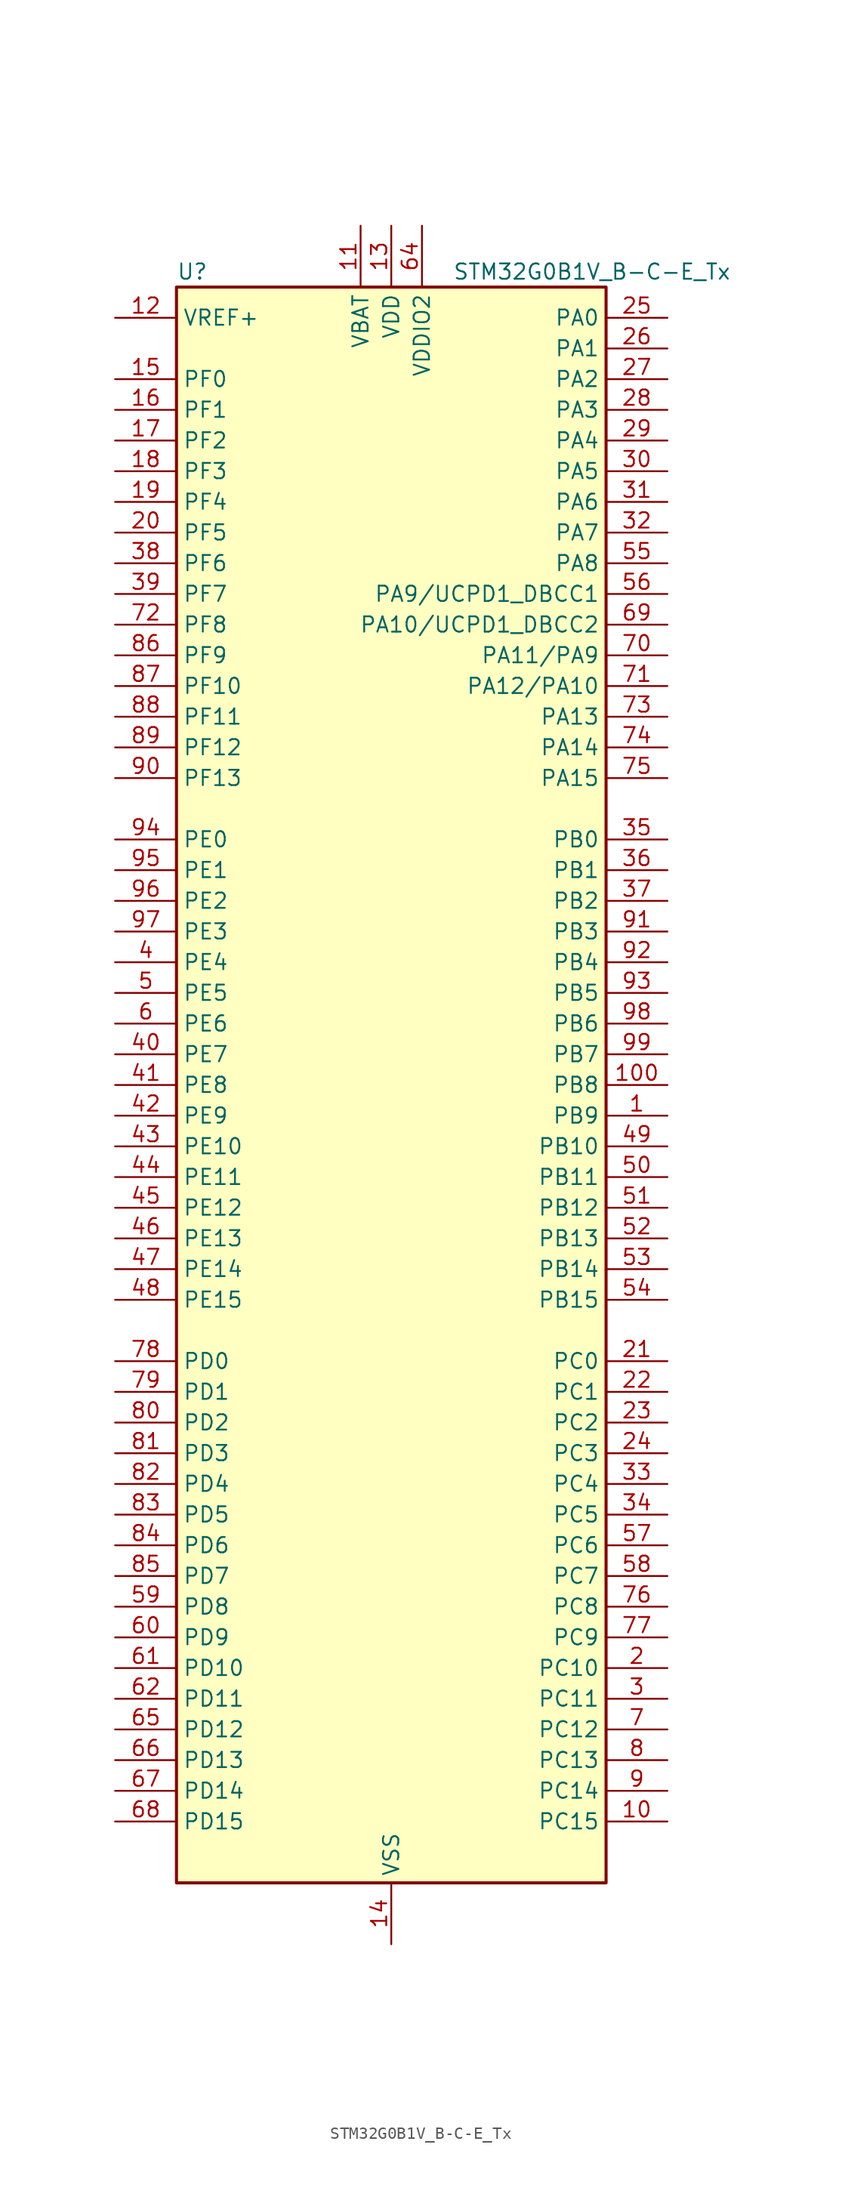
<source format=kicad_sym>
(kicad_symbol_lib
  (version 20231120)
  (generator "kicad_symbol_editor")
  (generator_version "8.0")
  (symbol "STM32G0B1V_B-C-E_Tx"
    (property "Reference" "U"
      (at -17.78 67.31 0)
      (effects (font (size 1.27 1.27)) (justify left)))
    (property "Value" "STM32G0B1V_B-C-E_Tx"
      (at 5.08 67.31 0)
      (effects (font (size 1.27 1.27)) (justify left)))
    (property "ki_locked" ""
      (at 0 0 0)
      (effects (font (size 1.27 1.27))))
    (symbol "STM32G0B1V_B-C-E_Tx_0_1"
      (rectangle (start -17.78 -66.04) (end 17.78 66.04) (stroke (width 0.254) (type default)) (fill (type background))))
    (symbol "STM32G0B1V_B-C-E_Tx_1_1"
      (pin bidirectional line (at 22.86 -2.54 180) (length 5.08) (name "PB9" (effects (font (size 1.27 1.27)))) (number "1" (effects (font (size 1.27 1.27)))) (alternate "DAC1_EXTI9" bidirectional line) (alternate "FDCAN1_TX" bidirectional line) (alternate "I2C1_SDA" bidirectional line) (alternate "I2S2_WS" bidirectional line) (alternate "IR_OUT" bidirectional line) (alternate "SPI2_NSS" bidirectional line) (alternate "TIM17_CH1" bidirectional line) (alternate "TIM4_CH4" bidirectional line) (alternate "UCPD2_FRSTX1" bidirectional line) (alternate "UCPD2_FRSTX2" bidirectional line) (alternate "USART3_RX" bidirectional line) (alternate "USART6_RX" bidirectional line))
      (pin bidirectional line (at 22.86 -60.96 180) (length 5.08) (name "PC15" (effects (font (size 1.27 1.27)))) (number "10" (effects (font (size 1.27 1.27)))) (alternate "RCC_OSC32_EN" bidirectional line) (alternate "RCC_OSC32_OUT" bidirectional line) (alternate "RCC_OSC_EN" bidirectional line) (alternate "TIM15_BK" bidirectional line))
      (pin bidirectional line (at 22.86 0 180) (length 5.08) (name "PB8" (effects (font (size 1.27 1.27)))) (number "100" (effects (font (size 1.27 1.27)))) (alternate "CEC" bidirectional line) (alternate "FDCAN1_RX" bidirectional line) (alternate "I2C1_SCL" bidirectional line) (alternate "I2S2_CK" bidirectional line) (alternate "SPI2_SCK" bidirectional line) (alternate "TIM15_BK" bidirectional line) (alternate "TIM16_CH1" bidirectional line) (alternate "TIM4_CH3" bidirectional line) (alternate "USART3_TX" bidirectional line) (alternate "USART6_TX" bidirectional line))
      (pin power_in line (at -2.54 71.12 270) (length 5.08) (name "VBAT" (effects (font (size 1.27 1.27)))) (number "11" (effects (font (size 1.27 1.27)))))
      (pin input line (at -22.86 63.5 0) (length 5.08) (name "VREF+" (effects (font (size 1.27 1.27)))) (number "12" (effects (font (size 1.27 1.27)))) (alternate "VREFBUF_OUT" bidirectional line))
      (pin power_in line (at 0 71.12 270) (length 5.08) (name "VDD" (effects (font (size 1.27 1.27)))) (number "13" (effects (font (size 1.27 1.27)))))
      (pin power_in line (at 0 -71.12 90) (length 5.08) (name "VSS" (effects (font (size 1.27 1.27)))) (number "14" (effects (font (size 1.27 1.27)))))
      (pin bidirectional line (at -22.86 58.42 0) (length 5.08) (name "PF0" (effects (font (size 1.27 1.27)))) (number "15" (effects (font (size 1.27 1.27)))) (alternate "CRS1_SYNC" bidirectional line) (alternate "RCC_OSC_IN" bidirectional line) (alternate "TIM14_CH1" bidirectional line))
      (pin bidirectional line (at -22.86 55.88 0) (length 5.08) (name "PF1" (effects (font (size 1.27 1.27)))) (number "16" (effects (font (size 1.27 1.27)))) (alternate "RCC_OSC_EN" bidirectional line) (alternate "RCC_OSC_OUT" bidirectional line) (alternate "TIM15_CH1N" bidirectional line))
      (pin bidirectional line (at -22.86 53.34 0) (length 5.08) (name "PF2" (effects (font (size 1.27 1.27)))) (number "17" (effects (font (size 1.27 1.27)))) (alternate "LPUART2_DE" bidirectional line) (alternate "LPUART2_RTS" bidirectional line) (alternate "LPUART2_TX" bidirectional line) (alternate "RCC_MCO" bidirectional line))
      (pin bidirectional line (at -22.86 50.8 0) (length 5.08) (name "PF3" (effects (font (size 1.27 1.27)))) (number "18" (effects (font (size 1.27 1.27)))) (alternate "LPUART2_RX" bidirectional line) (alternate "USART6_CK" bidirectional line) (alternate "USART6_DE" bidirectional line) (alternate "USART6_RTS" bidirectional line))
      (pin bidirectional line (at -22.86 48.26 0) (length 5.08) (name "PF4" (effects (font (size 1.27 1.27)))) (number "19" (effects (font (size 1.27 1.27)))) (alternate "LPUART1_TX" bidirectional line))
      (pin bidirectional line (at 22.86 -48.26 180) (length 5.08) (name "PC10" (effects (font (size 1.27 1.27)))) (number "2" (effects (font (size 1.27 1.27)))) (alternate "SPI3_SCK" bidirectional line) (alternate "TIM1_CH3" bidirectional line) (alternate "USART3_TX" bidirectional line) (alternate "USART4_TX" bidirectional line))
      (pin bidirectional line (at -22.86 45.72 0) (length 5.08) (name "PF5" (effects (font (size 1.27 1.27)))) (number "20" (effects (font (size 1.27 1.27)))) (alternate "LPUART1_RX" bidirectional line))
      (pin bidirectional line (at 22.86 -22.86 180) (length 5.08) (name "PC0" (effects (font (size 1.27 1.27)))) (number "21" (effects (font (size 1.27 1.27)))) (alternate "COMP3_INM" bidirectional line) (alternate "COMP3_OUT" bidirectional line) (alternate "I2C3_SCL" bidirectional line) (alternate "LPTIM1_IN1" bidirectional line) (alternate "LPTIM2_IN1" bidirectional line) (alternate "LPUART1_RX" bidirectional line) (alternate "LPUART2_TX" bidirectional line) (alternate "USART6_TX" bidirectional line))
      (pin bidirectional line (at 22.86 -25.4 180) (length 5.08) (name "PC1" (effects (font (size 1.27 1.27)))) (number "22" (effects (font (size 1.27 1.27)))) (alternate "COMP3_INP" bidirectional line) (alternate "I2C3_SDA" bidirectional line) (alternate "LPTIM1_OUT" bidirectional line) (alternate "LPUART1_TX" bidirectional line) (alternate "LPUART2_RX" bidirectional line) (alternate "TIM15_CH1" bidirectional line) (alternate "USART6_RX" bidirectional line))
      (pin bidirectional line (at 22.86 -27.94 180) (length 5.08) (name "PC2" (effects (font (size 1.27 1.27)))) (number "23" (effects (font (size 1.27 1.27)))) (alternate "COMP3_OUT" bidirectional line) (alternate "FDCAN2_RX" bidirectional line) (alternate "I2S2_MCK" bidirectional line) (alternate "LPTIM1_IN2" bidirectional line) (alternate "SPI2_MISO" bidirectional line) (alternate "TIM15_CH2" bidirectional line))
      (pin bidirectional line (at 22.86 -30.48 180) (length 5.08) (name "PC3" (effects (font (size 1.27 1.27)))) (number "24" (effects (font (size 1.27 1.27)))) (alternate "FDCAN2_TX" bidirectional line) (alternate "I2S2_SD" bidirectional line) (alternate "LPTIM1_ETR" bidirectional line) (alternate "LPTIM2_ETR" bidirectional line) (alternate "SPI2_MOSI" bidirectional line))
      (pin bidirectional line (at 22.86 63.5 180) (length 5.08) (name "PA0" (effects (font (size 1.27 1.27)))) (number "25" (effects (font (size 1.27 1.27)))) (alternate "ADC1_IN0" bidirectional line) (alternate "COMP1_INM" bidirectional line) (alternate "COMP1_OUT" bidirectional line) (alternate "I2S2_CK" bidirectional line) (alternate "LPTIM1_OUT" bidirectional line) (alternate "RTC_TAMP_IN2" bidirectional line) (alternate "SPI2_SCK" bidirectional line) (alternate "SYS_WKUP1" bidirectional line) (alternate "TIM2_CH1" bidirectional line) (alternate "TIM2_ETR" bidirectional line) (alternate "UCPD2_FRSTX1" bidirectional line) (alternate "UCPD2_FRSTX2" bidirectional line) (alternate "USART2_CTS" bidirectional line) (alternate "USART2_NSS" bidirectional line) (alternate "USART4_TX" bidirectional line))
      (pin bidirectional line (at 22.86 60.96 180) (length 5.08) (name "PA1" (effects (font (size 1.27 1.27)))) (number "26" (effects (font (size 1.27 1.27)))) (alternate "ADC1_IN1" bidirectional line) (alternate "COMP1_INP" bidirectional line) (alternate "I2C1_SMBA" bidirectional line) (alternate "I2S1_CK" bidirectional line) (alternate "SPI1_SCK" bidirectional line) (alternate "TIM15_CH1N" bidirectional line) (alternate "TIM2_CH2" bidirectional line) (alternate "USART2_CK" bidirectional line) (alternate "USART2_DE" bidirectional line) (alternate "USART2_RTS" bidirectional line) (alternate "USART4_RX" bidirectional line))
      (pin bidirectional line (at 22.86 58.42 180) (length 5.08) (name "PA2" (effects (font (size 1.27 1.27)))) (number "27" (effects (font (size 1.27 1.27)))) (alternate "ADC1_IN2" bidirectional line) (alternate "COMP2_INM" bidirectional line) (alternate "COMP2_OUT" bidirectional line) (alternate "I2S1_SD" bidirectional line) (alternate "LPUART1_TX" bidirectional line) (alternate "RCC_LSCO" bidirectional line) (alternate "SPI1_MOSI" bidirectional line) (alternate "SYS_WKUP4" bidirectional line) (alternate "TIM15_CH1" bidirectional line) (alternate "TIM2_CH3" bidirectional line) (alternate "UCPD1_FRSTX1" bidirectional line) (alternate "UCPD1_FRSTX2" bidirectional line) (alternate "USART2_TX" bidirectional line))
      (pin bidirectional line (at 22.86 55.88 180) (length 5.08) (name "PA3" (effects (font (size 1.27 1.27)))) (number "28" (effects (font (size 1.27 1.27)))) (alternate "ADC1_IN3" bidirectional line) (alternate "COMP2_INP" bidirectional line) (alternate "I2S2_MCK" bidirectional line) (alternate "LPUART1_RX" bidirectional line) (alternate "SPI2_MISO" bidirectional line) (alternate "TIM15_CH2" bidirectional line) (alternate "TIM2_CH4" bidirectional line) (alternate "UCPD2_FRSTX1" bidirectional line) (alternate "UCPD2_FRSTX2" bidirectional line) (alternate "USART2_RX" bidirectional line))
      (pin bidirectional line (at 22.86 53.34 180) (length 5.08) (name "PA4" (effects (font (size 1.27 1.27)))) (number "29" (effects (font (size 1.27 1.27)))) (alternate "ADC1_IN4" bidirectional line) (alternate "DAC1_OUT1" bidirectional line) (alternate "I2S1_WS" bidirectional line) (alternate "I2S2_SD" bidirectional line) (alternate "LPTIM2_OUT" bidirectional line) (alternate "RTC_OUT2" bidirectional line) (alternate "SPI1_NSS" bidirectional line) (alternate "SPI2_MOSI" bidirectional line) (alternate "SPI3_NSS" bidirectional line) (alternate "TIM14_CH1" bidirectional line) (alternate "UCPD2_FRSTX1" bidirectional line) (alternate "UCPD2_FRSTX2" bidirectional line) (alternate "USART6_TX" bidirectional line) (alternate "USB_NOE" bidirectional line))
      (pin bidirectional line (at 22.86 -50.8 180) (length 5.08) (name "PC11" (effects (font (size 1.27 1.27)))) (number "3" (effects (font (size 1.27 1.27)))) (alternate "ADC1_EXTI11" bidirectional line) (alternate "SPI3_MISO" bidirectional line) (alternate "TIM1_CH4" bidirectional line) (alternate "USART3_RX" bidirectional line) (alternate "USART4_RX" bidirectional line))
      (pin bidirectional line (at 22.86 50.8 180) (length 5.08) (name "PA5" (effects (font (size 1.27 1.27)))) (number "30" (effects (font (size 1.27 1.27)))) (alternate "ADC1_IN5" bidirectional line) (alternate "CEC" bidirectional line) (alternate "DAC1_OUT2" bidirectional line) (alternate "I2S1_CK" bidirectional line) (alternate "LPTIM2_ETR" bidirectional line) (alternate "SPI1_SCK" bidirectional line) (alternate "TIM2_CH1" bidirectional line) (alternate "TIM2_ETR" bidirectional line) (alternate "UCPD1_FRSTX1" bidirectional line) (alternate "UCPD1_FRSTX2" bidirectional line) (alternate "USART3_TX" bidirectional line) (alternate "USART6_RX" bidirectional line))
      (pin bidirectional line (at 22.86 48.26 180) (length 5.08) (name "PA6" (effects (font (size 1.27 1.27)))) (number "31" (effects (font (size 1.27 1.27)))) (alternate "ADC1_IN6" bidirectional line) (alternate "COMP1_OUT" bidirectional line) (alternate "I2C2_SDA" bidirectional line) (alternate "I2C3_SDA" bidirectional line) (alternate "I2S1_MCK" bidirectional line) (alternate "LPUART1_CTS" bidirectional line) (alternate "SPI1_MISO" bidirectional line) (alternate "TIM16_CH1" bidirectional line) (alternate "TIM1_BK" bidirectional line) (alternate "TIM3_CH1" bidirectional line) (alternate "USART3_CTS" bidirectional line) (alternate "USART3_NSS" bidirectional line) (alternate "USART6_CTS" bidirectional line) (alternate "USART6_NSS" bidirectional line))
      (pin bidirectional line (at 22.86 45.72 180) (length 5.08) (name "PA7" (effects (font (size 1.27 1.27)))) (number "32" (effects (font (size 1.27 1.27)))) (alternate "ADC1_IN7" bidirectional line) (alternate "COMP2_OUT" bidirectional line) (alternate "I2C2_SCL" bidirectional line) (alternate "I2C3_SCL" bidirectional line) (alternate "I2S1_SD" bidirectional line) (alternate "SPI1_MOSI" bidirectional line) (alternate "TIM14_CH1" bidirectional line) (alternate "TIM17_CH1" bidirectional line) (alternate "TIM1_CH1N" bidirectional line) (alternate "TIM3_CH2" bidirectional line) (alternate "UCPD1_FRSTX1" bidirectional line) (alternate "UCPD1_FRSTX2" bidirectional line) (alternate "USART6_CK" bidirectional line) (alternate "USART6_DE" bidirectional line) (alternate "USART6_RTS" bidirectional line))
      (pin bidirectional line (at 22.86 -33.02 180) (length 5.08) (name "PC4" (effects (font (size 1.27 1.27)))) (number "33" (effects (font (size 1.27 1.27)))) (alternate "ADC1_IN17" bidirectional line) (alternate "COMP1_INM" bidirectional line) (alternate "FDCAN1_RX" bidirectional line) (alternate "TIM2_CH1" bidirectional line) (alternate "TIM2_ETR" bidirectional line) (alternate "USART1_TX" bidirectional line) (alternate "USART3_TX" bidirectional line))
      (pin bidirectional line (at 22.86 -35.56 180) (length 5.08) (name "PC5" (effects (font (size 1.27 1.27)))) (number "34" (effects (font (size 1.27 1.27)))) (alternate "ADC1_IN18" bidirectional line) (alternate "COMP1_INP" bidirectional line) (alternate "FDCAN1_TX" bidirectional line) (alternate "SYS_WKUP5" bidirectional line) (alternate "TIM2_CH2" bidirectional line) (alternate "USART1_RX" bidirectional line) (alternate "USART3_RX" bidirectional line))
      (pin bidirectional line (at 22.86 20.32 180) (length 5.08) (name "PB0" (effects (font (size 1.27 1.27)))) (number "35" (effects (font (size 1.27 1.27)))) (alternate "ADC1_IN8" bidirectional line) (alternate "COMP1_OUT" bidirectional line) (alternate "COMP3_INP" bidirectional line) (alternate "FDCAN2_RX" bidirectional line) (alternate "I2S1_WS" bidirectional line) (alternate "LPTIM1_OUT" bidirectional line) (alternate "LPUART2_CTS" bidirectional line) (alternate "SPI1_NSS" bidirectional line) (alternate "TIM1_CH2N" bidirectional line) (alternate "TIM3_CH3" bidirectional line) (alternate "UCPD1_FRSTX1" bidirectional line) (alternate "UCPD1_FRSTX2" bidirectional line) (alternate "USART3_RX" bidirectional line) (alternate "USART5_TX" bidirectional line))
      (pin bidirectional line (at 22.86 17.78 180) (length 5.08) (name "PB1" (effects (font (size 1.27 1.27)))) (number "36" (effects (font (size 1.27 1.27)))) (alternate "ADC1_IN9" bidirectional line) (alternate "COMP1_INM" bidirectional line) (alternate "COMP3_OUT" bidirectional line) (alternate "FDCAN2_TX" bidirectional line) (alternate "LPTIM2_IN1" bidirectional line) (alternate "LPUART1_DE" bidirectional line) (alternate "LPUART1_RTS" bidirectional line) (alternate "LPUART2_DE" bidirectional line) (alternate "LPUART2_RTS" bidirectional line) (alternate "TIM14_CH1" bidirectional line) (alternate "TIM1_CH3N" bidirectional line) (alternate "TIM3_CH4" bidirectional line) (alternate "USART3_CK" bidirectional line) (alternate "USART3_DE" bidirectional line) (alternate "USART3_RTS" bidirectional line) (alternate "USART5_RX" bidirectional line))
      (pin bidirectional line (at 22.86 15.24 180) (length 5.08) (name "PB2" (effects (font (size 1.27 1.27)))) (number "37" (effects (font (size 1.27 1.27)))) (alternate "ADC1_IN10" bidirectional line) (alternate "COMP1_INP" bidirectional line) (alternate "COMP3_INM" bidirectional line) (alternate "I2S2_MCK" bidirectional line) (alternate "LPTIM1_OUT" bidirectional line) (alternate "RCC_MCO_2" bidirectional line) (alternate "SPI2_MISO" bidirectional line) (alternate "USART3_TX" bidirectional line))
      (pin bidirectional line (at -22.86 43.18 0) (length 5.08) (name "PF6" (effects (font (size 1.27 1.27)))) (number "38" (effects (font (size 1.27 1.27)))) (alternate "LPUART1_DE" bidirectional line) (alternate "LPUART1_RTS" bidirectional line))
      (pin bidirectional line (at -22.86 40.64 0) (length 5.08) (name "PF7" (effects (font (size 1.27 1.27)))) (number "39" (effects (font (size 1.27 1.27)))) (alternate "LPUART1_CTS" bidirectional line) (alternate "USART5_CTS" bidirectional line) (alternate "USART5_NSS" bidirectional line))
      (pin bidirectional line (at -22.86 10.16 0) (length 5.08) (name "PE4" (effects (font (size 1.27 1.27)))) (number "4" (effects (font (size 1.27 1.27)))) (alternate "TIM3_CH2" bidirectional line))
      (pin bidirectional line (at -22.86 2.54 0) (length 5.08) (name "PE7" (effects (font (size 1.27 1.27)))) (number "40" (effects (font (size 1.27 1.27)))) (alternate "COMP3_INP" bidirectional line) (alternate "TIM1_ETR" bidirectional line) (alternate "USART5_CK" bidirectional line) (alternate "USART5_DE" bidirectional line) (alternate "USART5_RTS" bidirectional line))
      (pin bidirectional line (at -22.86 0 0) (length 5.08) (name "PE8" (effects (font (size 1.27 1.27)))) (number "41" (effects (font (size 1.27 1.27)))) (alternate "COMP3_INM" bidirectional line) (alternate "TIM1_CH1N" bidirectional line) (alternate "USART4_TX" bidirectional line))
      (pin bidirectional line (at -22.86 -2.54 0) (length 5.08) (name "PE9" (effects (font (size 1.27 1.27)))) (number "42" (effects (font (size 1.27 1.27)))) (alternate "DAC1_EXTI9" bidirectional line) (alternate "TIM1_CH1" bidirectional line) (alternate "USART4_RX" bidirectional line))
      (pin bidirectional line (at -22.86 -5.08 0) (length 5.08) (name "PE10" (effects (font (size 1.27 1.27)))) (number "43" (effects (font (size 1.27 1.27)))) (alternate "TIM1_CH2N" bidirectional line) (alternate "USART5_TX" bidirectional line))
      (pin bidirectional line (at -22.86 -7.62 0) (length 5.08) (name "PE11" (effects (font (size 1.27 1.27)))) (number "44" (effects (font (size 1.27 1.27)))) (alternate "ADC1_EXTI11" bidirectional line) (alternate "TIM1_CH2" bidirectional line) (alternate "USART5_RX" bidirectional line))
      (pin bidirectional line (at -22.86 -10.16 0) (length 5.08) (name "PE12" (effects (font (size 1.27 1.27)))) (number "45" (effects (font (size 1.27 1.27)))) (alternate "I2S1_WS" bidirectional line) (alternate "SPI1_NSS" bidirectional line) (alternate "TIM1_CH3N" bidirectional line))
      (pin bidirectional line (at -22.86 -12.7 0) (length 5.08) (name "PE13" (effects (font (size 1.27 1.27)))) (number "46" (effects (font (size 1.27 1.27)))) (alternate "I2S1_CK" bidirectional line) (alternate "SPI1_SCK" bidirectional line) (alternate "TIM1_CH3" bidirectional line))
      (pin bidirectional line (at -22.86 -15.24 0) (length 5.08) (name "PE14" (effects (font (size 1.27 1.27)))) (number "47" (effects (font (size 1.27 1.27)))) (alternate "I2S1_MCK" bidirectional line) (alternate "SPI1_MISO" bidirectional line) (alternate "TIM1_BK2" bidirectional line) (alternate "TIM1_CH4" bidirectional line))
      (pin bidirectional line (at -22.86 -17.78 0) (length 5.08) (name "PE15" (effects (font (size 1.27 1.27)))) (number "48" (effects (font (size 1.27 1.27)))) (alternate "I2S1_SD" bidirectional line) (alternate "SPI1_MOSI" bidirectional line) (alternate "TIM1_BK" bidirectional line))
      (pin bidirectional line (at 22.86 -5.08 180) (length 5.08) (name "PB10" (effects (font (size 1.27 1.27)))) (number "49" (effects (font (size 1.27 1.27)))) (alternate "ADC1_IN11" bidirectional line) (alternate "CEC" bidirectional line) (alternate "COMP1_OUT" bidirectional line) (alternate "I2C2_SCL" bidirectional line) (alternate "I2S2_CK" bidirectional line) (alternate "LPUART1_RX" bidirectional line) (alternate "SPI2_SCK" bidirectional line) (alternate "TIM2_CH3" bidirectional line) (alternate "USART3_TX" bidirectional line))
      (pin bidirectional line (at -22.86 7.62 0) (length 5.08) (name "PE5" (effects (font (size 1.27 1.27)))) (number "5" (effects (font (size 1.27 1.27)))) (alternate "TIM3_CH3" bidirectional line))
      (pin bidirectional line (at 22.86 -7.62 180) (length 5.08) (name "PB11" (effects (font (size 1.27 1.27)))) (number "50" (effects (font (size 1.27 1.27)))) (alternate "ADC1_EXTI11" bidirectional line) (alternate "ADC1_IN15" bidirectional line) (alternate "COMP2_OUT" bidirectional line) (alternate "I2C2_SDA" bidirectional line) (alternate "I2S2_SD" bidirectional line) (alternate "LPUART1_TX" bidirectional line) (alternate "SPI2_MOSI" bidirectional line) (alternate "TIM2_CH4" bidirectional line) (alternate "USART3_RX" bidirectional line))
      (pin bidirectional line (at 22.86 -10.16 180) (length 5.08) (name "PB12" (effects (font (size 1.27 1.27)))) (number "51" (effects (font (size 1.27 1.27)))) (alternate "ADC1_IN16" bidirectional line) (alternate "FDCAN2_RX" bidirectional line) (alternate "I2C2_SMBA" bidirectional line) (alternate "I2S2_WS" bidirectional line) (alternate "LPUART1_DE" bidirectional line) (alternate "LPUART1_RTS" bidirectional line) (alternate "SPI2_NSS" bidirectional line) (alternate "TIM15_BK" bidirectional line) (alternate "TIM1_BK" bidirectional line) (alternate "UCPD2_FRSTX1" bidirectional line) (alternate "UCPD2_FRSTX2" bidirectional line))
      (pin bidirectional line (at 22.86 -12.7 180) (length 5.08) (name "PB13" (effects (font (size 1.27 1.27)))) (number "52" (effects (font (size 1.27 1.27)))) (alternate "FDCAN2_TX" bidirectional line) (alternate "I2C2_SCL" bidirectional line) (alternate "I2S2_CK" bidirectional line) (alternate "LPUART1_CTS" bidirectional line) (alternate "SPI2_SCK" bidirectional line) (alternate "TIM15_CH1N" bidirectional line) (alternate "TIM1_CH1N" bidirectional line) (alternate "USART3_CTS" bidirectional line) (alternate "USART3_NSS" bidirectional line))
      (pin bidirectional line (at 22.86 -15.24 180) (length 5.08) (name "PB14" (effects (font (size 1.27 1.27)))) (number "53" (effects (font (size 1.27 1.27)))) (alternate "I2C2_SDA" bidirectional line) (alternate "I2S2_MCK" bidirectional line) (alternate "SPI2_MISO" bidirectional line) (alternate "TIM15_CH1" bidirectional line) (alternate "TIM1_CH2N" bidirectional line) (alternate "UCPD1_FRSTX1" bidirectional line) (alternate "UCPD1_FRSTX2" bidirectional line) (alternate "USART3_CK" bidirectional line) (alternate "USART3_DE" bidirectional line) (alternate "USART3_RTS" bidirectional line) (alternate "USART6_CK" bidirectional line) (alternate "USART6_DE" bidirectional line) (alternate "USART6_RTS" bidirectional line))
      (pin bidirectional line (at 22.86 -17.78 180) (length 5.08) (name "PB15" (effects (font (size 1.27 1.27)))) (number "54" (effects (font (size 1.27 1.27)))) (alternate "I2S2_SD" bidirectional line) (alternate "RTC_REFIN" bidirectional line) (alternate "SPI2_MOSI" bidirectional line) (alternate "TIM15_CH1N" bidirectional line) (alternate "TIM15_CH2" bidirectional line) (alternate "TIM1_CH3N" bidirectional line) (alternate "UCPD1_CC2" bidirectional line) (alternate "USART6_CTS" bidirectional line) (alternate "USART6_NSS" bidirectional line))
      (pin bidirectional line (at 22.86 43.18 180) (length 5.08) (name "PA8" (effects (font (size 1.27 1.27)))) (number "55" (effects (font (size 1.27 1.27)))) (alternate "CRS1_SYNC" bidirectional line) (alternate "I2C2_SMBA" bidirectional line) (alternate "I2S2_WS" bidirectional line) (alternate "LPTIM2_OUT" bidirectional line) (alternate "RCC_MCO" bidirectional line) (alternate "SPI2_NSS" bidirectional line) (alternate "TIM1_CH1" bidirectional line) (alternate "UCPD1_CC1" bidirectional line))
      (pin bidirectional line (at 22.86 40.64 180) (length 5.08) (name "PA9/UCPD1_DBCC1" (effects (font (size 1.27 1.27)))) (number "56" (effects (font (size 1.27 1.27)))) (alternate "DAC1_EXTI9" bidirectional line) (alternate "I2C1_SCL" bidirectional line) (alternate "I2C2_SCL" bidirectional line) (alternate "I2S2_MCK" bidirectional line) (alternate "RCC_MCO" bidirectional line) (alternate "SPI2_MISO" bidirectional line) (alternate "TIM15_BK" bidirectional line) (alternate "TIM1_CH2" bidirectional line) (alternate "UCPD1_DBCC1" bidirectional line) (alternate "USART1_TX" bidirectional line))
      (pin bidirectional line (at 22.86 -38.1 180) (length 5.08) (name "PC6" (effects (font (size 1.27 1.27)))) (number "57" (effects (font (size 1.27 1.27)))) (alternate "LPUART2_TX" bidirectional line) (alternate "TIM2_CH3" bidirectional line) (alternate "TIM3_CH1" bidirectional line) (alternate "UCPD1_FRSTX1" bidirectional line) (alternate "UCPD1_FRSTX2" bidirectional line))
      (pin bidirectional line (at 22.86 -40.64 180) (length 5.08) (name "PC7" (effects (font (size 1.27 1.27)))) (number "58" (effects (font (size 1.27 1.27)))) (alternate "LPUART2_RX" bidirectional line) (alternate "TIM2_CH4" bidirectional line) (alternate "TIM3_CH2" bidirectional line) (alternate "UCPD2_FRSTX1" bidirectional line) (alternate "UCPD2_FRSTX2" bidirectional line))
      (pin bidirectional line (at -22.86 -43.18 0) (length 5.08) (name "PD8" (effects (font (size 1.27 1.27)))) (number "59" (effects (font (size 1.27 1.27)))) (alternate "I2S1_CK" bidirectional line) (alternate "LPTIM1_OUT" bidirectional line) (alternate "SPI1_SCK" bidirectional line) (alternate "USART3_TX" bidirectional line))
      (pin bidirectional line (at -22.86 5.08 0) (length 5.08) (name "PE6" (effects (font (size 1.27 1.27)))) (number "6" (effects (font (size 1.27 1.27)))) (alternate "RTC_TAMP_IN3" bidirectional line) (alternate "SYS_WKUP3" bidirectional line) (alternate "TIM3_CH4" bidirectional line))
      (pin bidirectional line (at -22.86 -45.72 0) (length 5.08) (name "PD9" (effects (font (size 1.27 1.27)))) (number "60" (effects (font (size 1.27 1.27)))) (alternate "DAC1_EXTI9" bidirectional line) (alternate "I2S1_WS" bidirectional line) (alternate "SPI1_NSS" bidirectional line) (alternate "TIM1_BK2" bidirectional line) (alternate "USART3_RX" bidirectional line))
      (pin bidirectional line (at -22.86 -48.26 0) (length 5.08) (name "PD10" (effects (font (size 1.27 1.27)))) (number "61" (effects (font (size 1.27 1.27)))) (alternate "RCC_MCO" bidirectional line))
      (pin bidirectional line (at -22.86 -50.8 0) (length 5.08) (name "PD11" (effects (font (size 1.27 1.27)))) (number "62" (effects (font (size 1.27 1.27)))) (alternate "ADC1_EXTI11" bidirectional line) (alternate "LPTIM2_ETR" bidirectional line) (alternate "USART3_CTS" bidirectional line) (alternate "USART3_NSS" bidirectional line))
      (pin passive line (at 0 -71.12 90) (length 5.08) hide (name "VSS" (effects (font (size 1.27 1.27)))) (number "63" (effects (font (size 1.27 1.27)))))
      (pin power_in line (at 2.54 71.12 270) (length 5.08) (name "VDDIO2" (effects (font (size 1.27 1.27)))) (number "64" (effects (font (size 1.27 1.27)))))
      (pin bidirectional line (at -22.86 -53.34 0) (length 5.08) (name "PD12" (effects (font (size 1.27 1.27)))) (number "65" (effects (font (size 1.27 1.27)))) (alternate "FDCAN1_RX" bidirectional line) (alternate "LPTIM2_IN1" bidirectional line) (alternate "TIM4_CH1" bidirectional line) (alternate "USART3_CK" bidirectional line) (alternate "USART3_DE" bidirectional line) (alternate "USART3_RTS" bidirectional line))
      (pin bidirectional line (at -22.86 -55.88 0) (length 5.08) (name "PD13" (effects (font (size 1.27 1.27)))) (number "66" (effects (font (size 1.27 1.27)))) (alternate "FDCAN1_TX" bidirectional line) (alternate "LPTIM2_OUT" bidirectional line) (alternate "TIM4_CH2" bidirectional line))
      (pin bidirectional line (at -22.86 -58.42 0) (length 5.08) (name "PD14" (effects (font (size 1.27 1.27)))) (number "67" (effects (font (size 1.27 1.27)))) (alternate "FDCAN2_RX" bidirectional line) (alternate "LPUART2_CTS" bidirectional line) (alternate "TIM4_CH3" bidirectional line))
      (pin bidirectional line (at -22.86 -60.96 0) (length 5.08) (name "PD15" (effects (font (size 1.27 1.27)))) (number "68" (effects (font (size 1.27 1.27)))) (alternate "CRS1_SYNC" bidirectional line) (alternate "FDCAN2_TX" bidirectional line) (alternate "LPUART2_DE" bidirectional line) (alternate "LPUART2_RTS" bidirectional line) (alternate "TIM4_CH4" bidirectional line))
      (pin bidirectional line (at 22.86 38.1 180) (length 5.08) (name "PA10/UCPD1_DBCC2" (effects (font (size 1.27 1.27)))) (number "69" (effects (font (size 1.27 1.27)))) (alternate "I2C1_SDA" bidirectional line) (alternate "I2C2_SDA" bidirectional line) (alternate "I2S2_SD" bidirectional line) (alternate "RCC_MCO_2" bidirectional line) (alternate "SPI2_MOSI" bidirectional line) (alternate "TIM17_BK" bidirectional line) (alternate "TIM1_CH3" bidirectional line) (alternate "UCPD1_DBCC2" bidirectional line) (alternate "USART1_RX" bidirectional line))
      (pin bidirectional line (at 22.86 -53.34 180) (length 5.08) (name "PC12" (effects (font (size 1.27 1.27)))) (number "7" (effects (font (size 1.27 1.27)))) (alternate "LPTIM1_IN1" bidirectional line) (alternate "SPI3_MOSI" bidirectional line) (alternate "TIM14_CH1" bidirectional line) (alternate "UCPD1_FRSTX1" bidirectional line) (alternate "UCPD1_FRSTX2" bidirectional line) (alternate "USART5_TX" bidirectional line))
      (pin bidirectional line (at 22.86 35.56 180) (length 5.08) (name "PA11/PA9" (effects (font (size 1.27 1.27)))) (number "70" (effects (font (size 1.27 1.27)))) (alternate "ADC1_EXTI11" bidirectional line) (alternate "COMP1_OUT" bidirectional line) (alternate "FDCAN1_RX" bidirectional line) (alternate "I2C2_SCL" bidirectional line) (alternate "I2S1_MCK" bidirectional line) (alternate "SPI1_MISO" bidirectional line) (alternate "TIM1_BK2" bidirectional line) (alternate "TIM1_CH4" bidirectional line) (alternate "USART1_CTS" bidirectional line) (alternate "USART1_NSS" bidirectional line) (alternate "USB_DM" bidirectional line))
      (pin bidirectional line (at 22.86 33.02 180) (length 5.08) (name "PA12/PA10" (effects (font (size 1.27 1.27)))) (number "71" (effects (font (size 1.27 1.27)))) (alternate "COMP2_OUT" bidirectional line) (alternate "FDCAN1_TX" bidirectional line) (alternate "I2C2_SDA" bidirectional line) (alternate "I2S1_SD" bidirectional line) (alternate "I2S_CKIN" bidirectional line) (alternate "SPI1_MOSI" bidirectional line) (alternate "TIM1_ETR" bidirectional line) (alternate "USART1_CK" bidirectional line) (alternate "USART1_DE" bidirectional line) (alternate "USART1_RTS" bidirectional line) (alternate "USB_DP" bidirectional line))
      (pin bidirectional line (at -22.86 38.1 0) (length 5.08) (name "PF8" (effects (font (size 1.27 1.27)))) (number "72" (effects (font (size 1.27 1.27)))))
      (pin bidirectional line (at 22.86 30.48 180) (length 5.08) (name "PA13" (effects (font (size 1.27 1.27)))) (number "73" (effects (font (size 1.27 1.27)))) (alternate "IR_OUT" bidirectional line) (alternate "LPUART2_RX" bidirectional line) (alternate "SYS_SWDIO" bidirectional line) (alternate "USB_NOE" bidirectional line))
      (pin bidirectional line (at 22.86 27.94 180) (length 5.08) (name "PA14" (effects (font (size 1.27 1.27)))) (number "74" (effects (font (size 1.27 1.27)))) (alternate "LPUART2_TX" bidirectional line) (alternate "SYS_SWCLK" bidirectional line) (alternate "USART2_TX" bidirectional line))
      (pin bidirectional line (at 22.86 25.4 180) (length 5.08) (name "PA15" (effects (font (size 1.27 1.27)))) (number "75" (effects (font (size 1.27 1.27)))) (alternate "I2C2_SMBA" bidirectional line) (alternate "I2S1_WS" bidirectional line) (alternate "RCC_MCO_2" bidirectional line) (alternate "SPI1_NSS" bidirectional line) (alternate "SPI3_NSS" bidirectional line) (alternate "TIM2_CH1" bidirectional line) (alternate "TIM2_ETR" bidirectional line) (alternate "USART2_RX" bidirectional line) (alternate "USART3_CK" bidirectional line) (alternate "USART3_DE" bidirectional line) (alternate "USART3_RTS" bidirectional line) (alternate "USART4_CK" bidirectional line) (alternate "USART4_DE" bidirectional line) (alternate "USART4_RTS" bidirectional line) (alternate "USB_NOE" bidirectional line))
      (pin bidirectional line (at 22.86 -43.18 180) (length 5.08) (name "PC8" (effects (font (size 1.27 1.27)))) (number "76" (effects (font (size 1.27 1.27)))) (alternate "LPUART2_CTS" bidirectional line) (alternate "TIM1_CH1" bidirectional line) (alternate "TIM3_CH3" bidirectional line) (alternate "UCPD2_FRSTX1" bidirectional line) (alternate "UCPD2_FRSTX2" bidirectional line))
      (pin bidirectional line (at 22.86 -45.72 180) (length 5.08) (name "PC9" (effects (font (size 1.27 1.27)))) (number "77" (effects (font (size 1.27 1.27)))) (alternate "DAC1_EXTI9" bidirectional line) (alternate "I2S_CKIN" bidirectional line) (alternate "LPUART2_DE" bidirectional line) (alternate "LPUART2_RTS" bidirectional line) (alternate "TIM1_CH2" bidirectional line) (alternate "TIM3_CH4" bidirectional line) (alternate "USB_NOE" bidirectional line))
      (pin bidirectional line (at -22.86 -22.86 0) (length 5.08) (name "PD0" (effects (font (size 1.27 1.27)))) (number "78" (effects (font (size 1.27 1.27)))) (alternate "FDCAN1_RX" bidirectional line) (alternate "I2S2_WS" bidirectional line) (alternate "SPI2_NSS" bidirectional line) (alternate "TIM16_CH1" bidirectional line) (alternate "UCPD2_CC1" bidirectional line))
      (pin bidirectional line (at -22.86 -25.4 0) (length 5.08) (name "PD1" (effects (font (size 1.27 1.27)))) (number "79" (effects (font (size 1.27 1.27)))) (alternate "FDCAN1_TX" bidirectional line) (alternate "I2S2_CK" bidirectional line) (alternate "SPI2_SCK" bidirectional line) (alternate "TIM17_CH1" bidirectional line) (alternate "UCPD2_DBCC1" bidirectional line))
      (pin bidirectional line (at 22.86 -55.88 180) (length 5.08) (name "PC13" (effects (font (size 1.27 1.27)))) (number "8" (effects (font (size 1.27 1.27)))) (alternate "RTC_OUT1" bidirectional line) (alternate "RTC_TAMP_IN1" bidirectional line) (alternate "RTC_TS" bidirectional line) (alternate "SYS_WKUP2" bidirectional line) (alternate "TIM1_BK" bidirectional line))
      (pin bidirectional line (at -22.86 -27.94 0) (length 5.08) (name "PD2" (effects (font (size 1.27 1.27)))) (number "80" (effects (font (size 1.27 1.27)))) (alternate "TIM1_CH1N" bidirectional line) (alternate "TIM3_ETR" bidirectional line) (alternate "UCPD2_CC2" bidirectional line) (alternate "USART3_CK" bidirectional line) (alternate "USART3_DE" bidirectional line) (alternate "USART3_RTS" bidirectional line) (alternate "USART5_RX" bidirectional line))
      (pin bidirectional line (at -22.86 -30.48 0) (length 5.08) (name "PD3" (effects (font (size 1.27 1.27)))) (number "81" (effects (font (size 1.27 1.27)))) (alternate "I2S2_MCK" bidirectional line) (alternate "SPI2_MISO" bidirectional line) (alternate "TIM1_CH2N" bidirectional line) (alternate "UCPD2_DBCC2" bidirectional line) (alternate "USART2_CTS" bidirectional line) (alternate "USART2_NSS" bidirectional line) (alternate "USART5_TX" bidirectional line))
      (pin bidirectional line (at -22.86 -33.02 0) (length 5.08) (name "PD4" (effects (font (size 1.27 1.27)))) (number "82" (effects (font (size 1.27 1.27)))) (alternate "I2S2_SD" bidirectional line) (alternate "SPI2_MOSI" bidirectional line) (alternate "TIM1_CH3N" bidirectional line) (alternate "USART2_CK" bidirectional line) (alternate "USART2_DE" bidirectional line) (alternate "USART2_RTS" bidirectional line) (alternate "USART5_CK" bidirectional line) (alternate "USART5_DE" bidirectional line) (alternate "USART5_RTS" bidirectional line))
      (pin bidirectional line (at -22.86 -35.56 0) (length 5.08) (name "PD5" (effects (font (size 1.27 1.27)))) (number "83" (effects (font (size 1.27 1.27)))) (alternate "I2S1_MCK" bidirectional line) (alternate "SPI1_MISO" bidirectional line) (alternate "TIM1_BK" bidirectional line) (alternate "USART2_TX" bidirectional line) (alternate "USART5_CTS" bidirectional line) (alternate "USART5_NSS" bidirectional line))
      (pin bidirectional line (at -22.86 -38.1 0) (length 5.08) (name "PD6" (effects (font (size 1.27 1.27)))) (number "84" (effects (font (size 1.27 1.27)))) (alternate "I2S1_SD" bidirectional line) (alternate "LPTIM2_OUT" bidirectional line) (alternate "SPI1_MOSI" bidirectional line) (alternate "USART2_RX" bidirectional line))
      (pin bidirectional line (at -22.86 -40.64 0) (length 5.08) (name "PD7" (effects (font (size 1.27 1.27)))) (number "85" (effects (font (size 1.27 1.27)))) (alternate "RCC_MCO_2" bidirectional line))
      (pin bidirectional line (at -22.86 35.56 0) (length 5.08) (name "PF9" (effects (font (size 1.27 1.27)))) (number "86" (effects (font (size 1.27 1.27)))) (alternate "DAC1_EXTI9" bidirectional line) (alternate "USART6_TX" bidirectional line))
      (pin bidirectional line (at -22.86 33.02 0) (length 5.08) (name "PF10" (effects (font (size 1.27 1.27)))) (number "87" (effects (font (size 1.27 1.27)))) (alternate "USART6_RX" bidirectional line))
      (pin bidirectional line (at -22.86 30.48 0) (length 5.08) (name "PF11" (effects (font (size 1.27 1.27)))) (number "88" (effects (font (size 1.27 1.27)))) (alternate "ADC1_EXTI11" bidirectional line) (alternate "USART6_CK" bidirectional line) (alternate "USART6_DE" bidirectional line) (alternate "USART6_RTS" bidirectional line))
      (pin bidirectional line (at -22.86 27.94 0) (length 5.08) (name "PF12" (effects (font (size 1.27 1.27)))) (number "89" (effects (font (size 1.27 1.27)))) (alternate "TIM15_CH1" bidirectional line) (alternate "USART6_CTS" bidirectional line) (alternate "USART6_NSS" bidirectional line))
      (pin bidirectional line (at 22.86 -58.42 180) (length 5.08) (name "PC14" (effects (font (size 1.27 1.27)))) (number "9" (effects (font (size 1.27 1.27)))) (alternate "RCC_OSC32_IN" bidirectional line) (alternate "TIM1_BK2" bidirectional line))
      (pin bidirectional line (at -22.86 25.4 0) (length 5.08) (name "PF13" (effects (font (size 1.27 1.27)))) (number "90" (effects (font (size 1.27 1.27)))) (alternate "TIM15_CH2" bidirectional line))
      (pin bidirectional line (at 22.86 12.7 180) (length 5.08) (name "PB3" (effects (font (size 1.27 1.27)))) (number "91" (effects (font (size 1.27 1.27)))) (alternate "COMP2_INM" bidirectional line) (alternate "I2C2_SCL" bidirectional line) (alternate "I2C3_SCL" bidirectional line) (alternate "I2S1_CK" bidirectional line) (alternate "SPI1_SCK" bidirectional line) (alternate "SPI3_SCK" bidirectional line) (alternate "TIM1_CH2" bidirectional line) (alternate "TIM2_CH2" bidirectional line) (alternate "USART1_CK" bidirectional line) (alternate "USART1_DE" bidirectional line) (alternate "USART1_RTS" bidirectional line) (alternate "USART5_TX" bidirectional line))
      (pin bidirectional line (at 22.86 10.16 180) (length 5.08) (name "PB4" (effects (font (size 1.27 1.27)))) (number "92" (effects (font (size 1.27 1.27)))) (alternate "COMP2_INP" bidirectional line) (alternate "I2C2_SDA" bidirectional line) (alternate "I2C3_SDA" bidirectional line) (alternate "I2S1_MCK" bidirectional line) (alternate "SPI1_MISO" bidirectional line) (alternate "SPI3_MISO" bidirectional line) (alternate "TIM17_BK" bidirectional line) (alternate "TIM3_CH1" bidirectional line) (alternate "USART1_CTS" bidirectional line) (alternate "USART1_NSS" bidirectional line) (alternate "USART5_RX" bidirectional line))
      (pin bidirectional line (at 22.86 7.62 180) (length 5.08) (name "PB5" (effects (font (size 1.27 1.27)))) (number "93" (effects (font (size 1.27 1.27)))) (alternate "COMP2_OUT" bidirectional line) (alternate "FDCAN2_RX" bidirectional line) (alternate "I2C1_SMBA" bidirectional line) (alternate "I2S1_SD" bidirectional line) (alternate "LPTIM1_IN1" bidirectional line) (alternate "SPI1_MOSI" bidirectional line) (alternate "SPI3_MOSI" bidirectional line) (alternate "SYS_WKUP6" bidirectional line) (alternate "TIM16_BK" bidirectional line) (alternate "TIM3_CH2" bidirectional line) (alternate "USART5_CK" bidirectional line) (alternate "USART5_DE" bidirectional line) (alternate "USART5_RTS" bidirectional line))
      (pin bidirectional line (at -22.86 20.32 0) (length 5.08) (name "PE0" (effects (font (size 1.27 1.27)))) (number "94" (effects (font (size 1.27 1.27)))) (alternate "TIM16_CH1" bidirectional line) (alternate "TIM4_ETR" bidirectional line))
      (pin bidirectional line (at -22.86 17.78 0) (length 5.08) (name "PE1" (effects (font (size 1.27 1.27)))) (number "95" (effects (font (size 1.27 1.27)))) (alternate "TIM17_CH1" bidirectional line))
      (pin bidirectional line (at -22.86 15.24 0) (length 5.08) (name "PE2" (effects (font (size 1.27 1.27)))) (number "96" (effects (font (size 1.27 1.27)))) (alternate "TIM3_ETR" bidirectional line))
      (pin bidirectional line (at -22.86 12.7 0) (length 5.08) (name "PE3" (effects (font (size 1.27 1.27)))) (number "97" (effects (font (size 1.27 1.27)))) (alternate "TIM3_CH1" bidirectional line))
      (pin bidirectional line (at 22.86 5.08 180) (length 5.08) (name "PB6" (effects (font (size 1.27 1.27)))) (number "98" (effects (font (size 1.27 1.27)))) (alternate "COMP2_INP" bidirectional line) (alternate "FDCAN2_TX" bidirectional line) (alternate "I2C1_SCL" bidirectional line) (alternate "I2S2_MCK" bidirectional line) (alternate "LPTIM1_ETR" bidirectional line) (alternate "LPUART2_TX" bidirectional line) (alternate "SPI2_MISO" bidirectional line) (alternate "TIM16_CH1N" bidirectional line) (alternate "TIM1_CH3" bidirectional line) (alternate "TIM4_CH1" bidirectional line) (alternate "USART1_TX" bidirectional line) (alternate "USART5_CTS" bidirectional line) (alternate "USART5_NSS" bidirectional line))
      (pin bidirectional line (at 22.86 2.54 180) (length 5.08) (name "PB7" (effects (font (size 1.27 1.27)))) (number "99" (effects (font (size 1.27 1.27)))) (alternate "COMP2_INM" bidirectional line) (alternate "I2C1_SDA" bidirectional line) (alternate "I2S2_SD" bidirectional line) (alternate "LPTIM1_IN2" bidirectional line) (alternate "LPUART2_RX" bidirectional line) (alternate "SPI2_MOSI" bidirectional line) (alternate "SYS_PVD_IN" bidirectional line) (alternate "TIM17_CH1N" bidirectional line) (alternate "TIM4_CH2" bidirectional line) (alternate "USART1_RX" bidirectional line) (alternate "USART4_CTS" bidirectional line) (alternate "USART4_NSS" bidirectional line)))))
</source>
